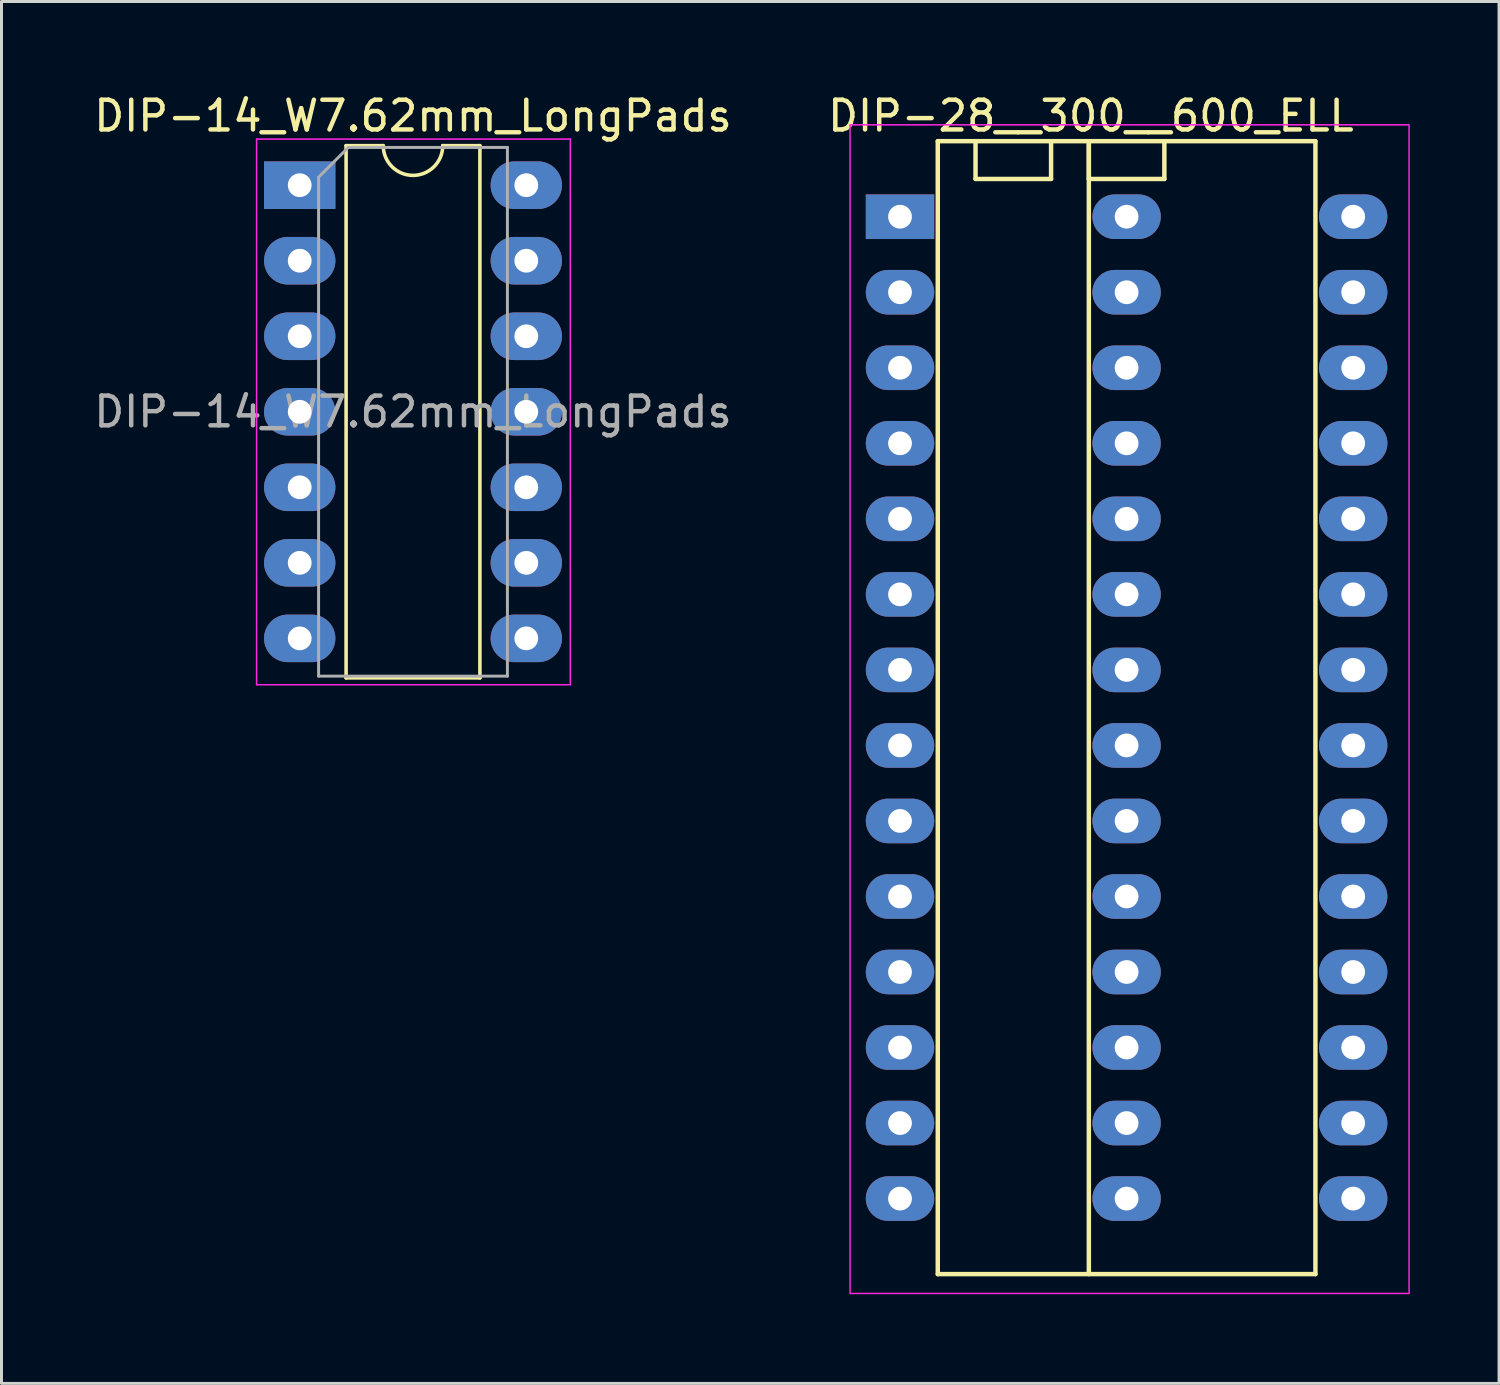
<source format=kicad_pcb>
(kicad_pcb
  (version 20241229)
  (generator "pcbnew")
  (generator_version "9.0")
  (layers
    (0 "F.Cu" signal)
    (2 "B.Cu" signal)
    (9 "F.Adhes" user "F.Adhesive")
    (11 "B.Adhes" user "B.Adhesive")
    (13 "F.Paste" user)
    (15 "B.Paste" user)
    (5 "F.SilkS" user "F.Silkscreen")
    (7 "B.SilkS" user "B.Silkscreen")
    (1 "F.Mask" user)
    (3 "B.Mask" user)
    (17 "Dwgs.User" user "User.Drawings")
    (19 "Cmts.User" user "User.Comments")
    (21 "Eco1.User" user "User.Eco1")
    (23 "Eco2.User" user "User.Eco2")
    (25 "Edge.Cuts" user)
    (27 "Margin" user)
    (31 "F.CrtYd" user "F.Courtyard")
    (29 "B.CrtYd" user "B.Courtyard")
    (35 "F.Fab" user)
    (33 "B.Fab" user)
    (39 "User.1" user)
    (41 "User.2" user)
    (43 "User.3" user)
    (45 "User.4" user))
  (footprint "DIP-28__300__600_ELL"
    (layer "F.Cu")
    (at 27.237 4.248)
    (property "Reference" "DIP-28__300__600_ELL" (at 6.4 -3.4 0) (layer "F.SilkS") (effects (font (size 1 1) (thickness 0.15))))
    (attr through_hole)
    (fp_line (start 1.25 -2.55) (end 13.95 -2.55) (stroke (width 0.15) (type solid)) (layer "F.SilkS"))
    (fp_line (start 1.25 35.55) (end 1.25 -2.55) (stroke (width 0.15) (type solid)) (layer "F.SilkS"))
    (fp_line (start 2.52 -1.28) (end 2.52 -2.55) (stroke (width 0.15) (type solid)) (layer "F.SilkS"))
    (fp_line (start 5.06 -2.55) (end 5.06 -1.28) (stroke (width 0.15) (type solid)) (layer "F.SilkS"))
    (fp_line (start 5.06 -1.28) (end 2.52 -1.28) (stroke (width 0.15) (type solid)) (layer "F.SilkS"))
    (fp_line (start 6.33 -2.55) (end 6.33 35.55) (stroke (width 0.15) (type solid)) (layer "F.SilkS"))
    (fp_line (start 6.33 -1.28) (end 6.33 -2.55) (stroke (width 0.15) (type solid)) (layer "F.SilkS"))
    (fp_line (start 8.87 -2.55) (end 8.87 -2.55) (stroke (width 0.15) (type solid)) (layer "F.SilkS"))
    (fp_line (start 8.87 -2.55) (end 8.87 -1.28) (stroke (width 0.15) (type solid)) (layer "F.SilkS"))
    (fp_line (start 8.87 -1.28) (end 6.33 -1.28) (stroke (width 0.15) (type solid)) (layer "F.SilkS"))
    (fp_line (start 13.95 -2.55) (end 13.95 35.55) (stroke (width 0.15) (type solid)) (layer "F.SilkS"))
    (fp_line (start 13.95 35.55) (end 1.25 35.55) (stroke (width 0.15) (type solid)) (layer "F.SilkS"))
    (fp_rect (start -1.7 -3.1) (end 17.1 36.2) (stroke (width 0.05) (type default)) (fill no) (layer "F.CrtYd"))
    (pad "1" thru_hole rect (at -0.02 -0.01 270) (size 1.5 2.3) (drill 0.8) (layers "*.Cu" "*.Mask"))
    (pad "2" thru_hole oval (at -0.02 2.53 270) (size 1.5 2.3) (drill 0.8) (layers "*.Cu" "*.Mask"))
    (pad "3" thru_hole oval (at -0.02 5.07 270) (size 1.5 2.3) (drill 0.8) (layers "*.Cu" "*.Mask"))
    (pad "4" thru_hole oval (at -0.02 7.61 270) (size 1.5 2.3) (drill 0.8) (layers "*.Cu" "*.Mask"))
    (pad "5" thru_hole oval (at -0.02 10.15 270) (size 1.5 2.3) (drill 0.8) (layers "*.Cu" "*.Mask"))
    (pad "6" thru_hole oval (at -0.02 12.69 270) (size 1.5 2.3) (drill 0.8) (layers "*.Cu" "*.Mask"))
    (pad "7" thru_hole oval (at -0.02 15.23 270) (size 1.5 2.3) (drill 0.8) (layers "*.Cu" "*.Mask"))
    (pad "8" thru_hole oval (at -0.02 17.77 270) (size 1.5 2.3) (drill 0.8) (layers "*.Cu" "*.Mask"))
    (pad "9" thru_hole oval (at -0.02 20.31 270) (size 1.5 2.3) (drill 0.8) (layers "*.Cu" "*.Mask"))
    (pad "10" thru_hole oval (at -0.02 22.85 270) (size 1.5 2.3) (drill 0.8) (layers "*.Cu" "*.Mask"))
    (pad "11" thru_hole oval (at -0.02 25.39 270) (size 1.5 2.3) (drill 0.8) (layers "*.Cu" "*.Mask"))
    (pad "12" thru_hole oval (at -0.02 27.93 270) (size 1.5 2.3) (drill 0.8) (layers "*.Cu" "*.Mask"))
    (pad "13" thru_hole oval (at -0.02 30.47 270) (size 1.5 2.3) (drill 0.8) (layers "*.Cu" "*.Mask"))
    (pad "14" thru_hole oval (at -0.02 33.01 270) (size 1.5 2.3) (drill 0.8) (layers "*.Cu" "*.Mask"))
    (pad "15" thru_hole oval (at 7.6 33.01 270) (size 1.5 2.3) (drill 0.8) (layers "*.Cu" "*.Mask"))
    (pad "15" thru_hole oval (at 15.22 33.01 270) (size 1.5 2.3) (drill 0.8) (layers "*.Cu" "*.Mask"))
    (pad "16" thru_hole oval (at 7.6 30.47 270) (size 1.5 2.3) (drill 0.8) (layers "*.Cu" "*.Mask"))
    (pad "16" thru_hole oval (at 15.22 30.47 270) (size 1.5 2.3) (drill 0.8) (layers "*.Cu" "*.Mask"))
    (pad "17" thru_hole oval (at 7.6 27.93 270) (size 1.5 2.3) (drill 0.8) (layers "*.Cu" "*.Mask"))
    (pad "17" thru_hole oval (at 15.22 27.93 270) (size 1.5 2.3) (drill 0.8) (layers "*.Cu" "*.Mask"))
    (pad "18" thru_hole oval (at 7.6 25.39 270) (size 1.5 2.3) (drill 0.8) (layers "*.Cu" "*.Mask"))
    (pad "18" thru_hole oval (at 15.22 25.39 270) (size 1.5 2.3) (drill 0.8) (layers "*.Cu" "*.Mask"))
    (pad "19" thru_hole oval (at 7.6 22.85 270) (size 1.5 2.3) (drill 0.8) (layers "*.Cu" "*.Mask"))
    (pad "19" thru_hole oval (at 15.22 22.85 270) (size 1.5 2.3) (drill 0.8) (layers "*.Cu" "*.Mask"))
    (pad "20" thru_hole oval (at 7.6 20.31 270) (size 1.5 2.3) (drill 0.8) (layers "*.Cu" "*.Mask"))
    (pad "20" thru_hole oval (at 15.22 20.31 270) (size 1.5 2.3) (drill 0.8) (layers "*.Cu" "*.Mask"))
    (pad "21" thru_hole oval (at 7.6 17.77 270) (size 1.5 2.3) (drill 0.8) (layers "*.Cu" "*.Mask"))
    (pad "21" thru_hole oval (at 15.22 17.77 270) (size 1.5 2.3) (drill 0.8) (layers "*.Cu" "*.Mask"))
    (pad "22" thru_hole oval (at 7.6 15.23 270) (size 1.5 2.3) (drill 0.8) (layers "*.Cu" "*.Mask"))
    (pad "22" thru_hole oval (at 15.22 15.23 270) (size 1.5 2.3) (drill 0.8) (layers "*.Cu" "*.Mask"))
    (pad "23" thru_hole oval (at 7.6 12.69 270) (size 1.5 2.3) (drill 0.8) (layers "*.Cu" "*.Mask"))
    (pad "23" thru_hole oval (at 15.22 12.69 270) (size 1.5 2.3) (drill 0.8) (layers "*.Cu" "*.Mask"))
    (pad "24" thru_hole oval (at 7.6 10.15 270) (size 1.5 2.3) (drill 0.8) (layers "*.Cu" "*.Mask"))
    (pad "24" thru_hole oval (at 15.22 10.15 270) (size 1.5 2.3) (drill 0.8) (layers "*.Cu" "*.Mask"))
    (pad "25" thru_hole oval (at 7.6 7.61 270) (size 1.5 2.3) (drill 0.8) (layers "*.Cu" "*.Mask"))
    (pad "25" thru_hole oval (at 15.22 7.61 270) (size 1.5 2.3) (drill 0.8) (layers "*.Cu" "*.Mask"))
    (pad "26" thru_hole oval (at 7.6 5.07 270) (size 1.5 2.3) (drill 0.8) (layers "*.Cu" "*.Mask"))
    (pad "26" thru_hole oval (at 15.22 5.07 270) (size 1.5 2.3) (drill 0.8) (layers "*.Cu" "*.Mask"))
    (pad "27" thru_hole oval (at 7.6 2.53 270) (size 1.5 2.3) (drill 0.8) (layers "*.Cu" "*.Mask"))
    (pad "27" thru_hole oval (at 15.22 2.53 270) (size 1.5 2.3) (drill 0.8) (layers "*.Cu" "*.Mask"))
    (pad "28" thru_hole oval (at 7.6 -0.01 270) (size 1.5 2.3) (drill 0.8) (layers "*.Cu" "*.Mask"))
    (pad "28" thru_hole oval (at 15.22 -0.01 270) (size 1.5 2.3) (drill 0.8) (layers "*.Cu" "*.Mask")))
  (footprint "DIP-14_W7.62mm_LongPads"
    (layer "F.Cu")
    (at 7.029 3.178)
    (property "Reference" "DIP-14_W7.62mm_LongPads" (at 3.81 -2.33 0) (layer "F.SilkS") (effects (font (size 1 1) (thickness 0.15))))
    (attr through_hole)
    (fp_line (start 1.56 -1.33) (end 1.56 16.57) (stroke (width 0.12) (type solid)) (layer "F.SilkS"))
    (fp_line (start 1.56 16.57) (end 6.06 16.57) (stroke (width 0.12) (type solid)) (layer "F.SilkS"))
    (fp_line (start 2.81 -1.33) (end 1.56 -1.33) (stroke (width 0.12) (type solid)) (layer "F.SilkS"))
    (fp_line (start 6.06 -1.33) (end 4.81 -1.33) (stroke (width 0.12) (type solid)) (layer "F.SilkS"))
    (fp_line (start 6.06 16.57) (end 6.06 -1.33) (stroke (width 0.12) (type solid)) (layer "F.SilkS"))
    (fp_arc (start 4.81 -1.33) (mid 3.81 -0.33) (end 2.81 -1.33) (stroke (width 0.12) (type solid)) (layer "F.SilkS"))
    (fp_line (start -1.45 -1.55) (end -1.45 16.8) (stroke (width 0.05) (type solid)) (layer "F.CrtYd"))
    (fp_line (start -1.45 16.8) (end 9.1 16.8) (stroke (width 0.05) (type solid)) (layer "F.CrtYd"))
    (fp_line (start 9.1 -1.55) (end -1.45 -1.55) (stroke (width 0.05) (type solid)) (layer "F.CrtYd"))
    (fp_line (start 9.1 16.8) (end 9.1 -1.55) (stroke (width 0.05) (type solid)) (layer "F.CrtYd"))
    (fp_line (start 0.635 -0.27) (end 1.635 -1.27) (stroke (width 0.1) (type solid)) (layer "F.Fab"))
    (fp_line (start 0.635 16.51) (end 0.635 -0.27) (stroke (width 0.1) (type solid)) (layer "F.Fab"))
    (fp_line (start 1.635 -1.27) (end 6.985 -1.27) (stroke (width 0.1) (type solid)) (layer "F.Fab"))
    (fp_line (start 6.985 -1.27) (end 6.985 16.51) (stroke (width 0.1) (type solid)) (layer "F.Fab"))
    (fp_line (start 6.985 16.51) (end 0.635 16.51) (stroke (width 0.1) (type solid)) (layer "F.Fab"))
    (fp_text user "${REFERENCE}" (at 3.81 7.62 0) (layer "F.Fab") (effects (font (size 1 1) (thickness 0.15))))
    (pad "1" thru_hole rect (at 0 0) (size 2.4 1.6) (drill 0.8) (layers "*.Cu" "*.Mask"))
    (pad "2" thru_hole oval (at 0 2.54) (size 2.4 1.6) (drill 0.8) (layers "*.Cu" "*.Mask"))
    (pad "3" thru_hole oval (at 0 5.08) (size 2.4 1.6) (drill 0.8) (layers "*.Cu" "*.Mask"))
    (pad "4" thru_hole oval (at 0 7.62) (size 2.4 1.6) (drill 0.8) (layers "*.Cu" "*.Mask"))
    (pad "5" thru_hole oval (at 0 10.16) (size 2.4 1.6) (drill 0.8) (layers "*.Cu" "*.Mask"))
    (pad "6" thru_hole oval (at 0 12.7) (size 2.4 1.6) (drill 0.8) (layers "*.Cu" "*.Mask"))
    (pad "7" thru_hole oval (at 0 15.24) (size 2.4 1.6) (drill 0.8) (layers "*.Cu" "*.Mask"))
    (pad "8" thru_hole oval (at 7.62 15.24) (size 2.4 1.6) (drill 0.8) (layers "*.Cu" "*.Mask"))
    (pad "9" thru_hole oval (at 7.62 12.7) (size 2.4 1.6) (drill 0.8) (layers "*.Cu" "*.Mask"))
    (pad "10" thru_hole oval (at 7.62 10.16) (size 2.4 1.6) (drill 0.8) (layers "*.Cu" "*.Mask"))
    (pad "11" thru_hole oval (at 7.62 7.62) (size 2.4 1.6) (drill 0.8) (layers "*.Cu" "*.Mask"))
    (pad "12" thru_hole oval (at 7.62 5.08) (size 2.4 1.6) (drill 0.8) (layers "*.Cu" "*.Mask"))
    (pad "13" thru_hole oval (at 7.62 2.54) (size 2.4 1.6) (drill 0.8) (layers "*.Cu" "*.Mask"))
    (pad "14" thru_hole oval (at 7.62 0) (size 2.4 1.6) (drill 0.8) (layers "*.Cu" "*.Mask")))
  (gr_rect
    (start -3 -3)
    (end 47.362 43.473)
    (stroke (width 0.1) (type default))
    (fill no)
    (layer "Edge.Cuts")))
</source>
